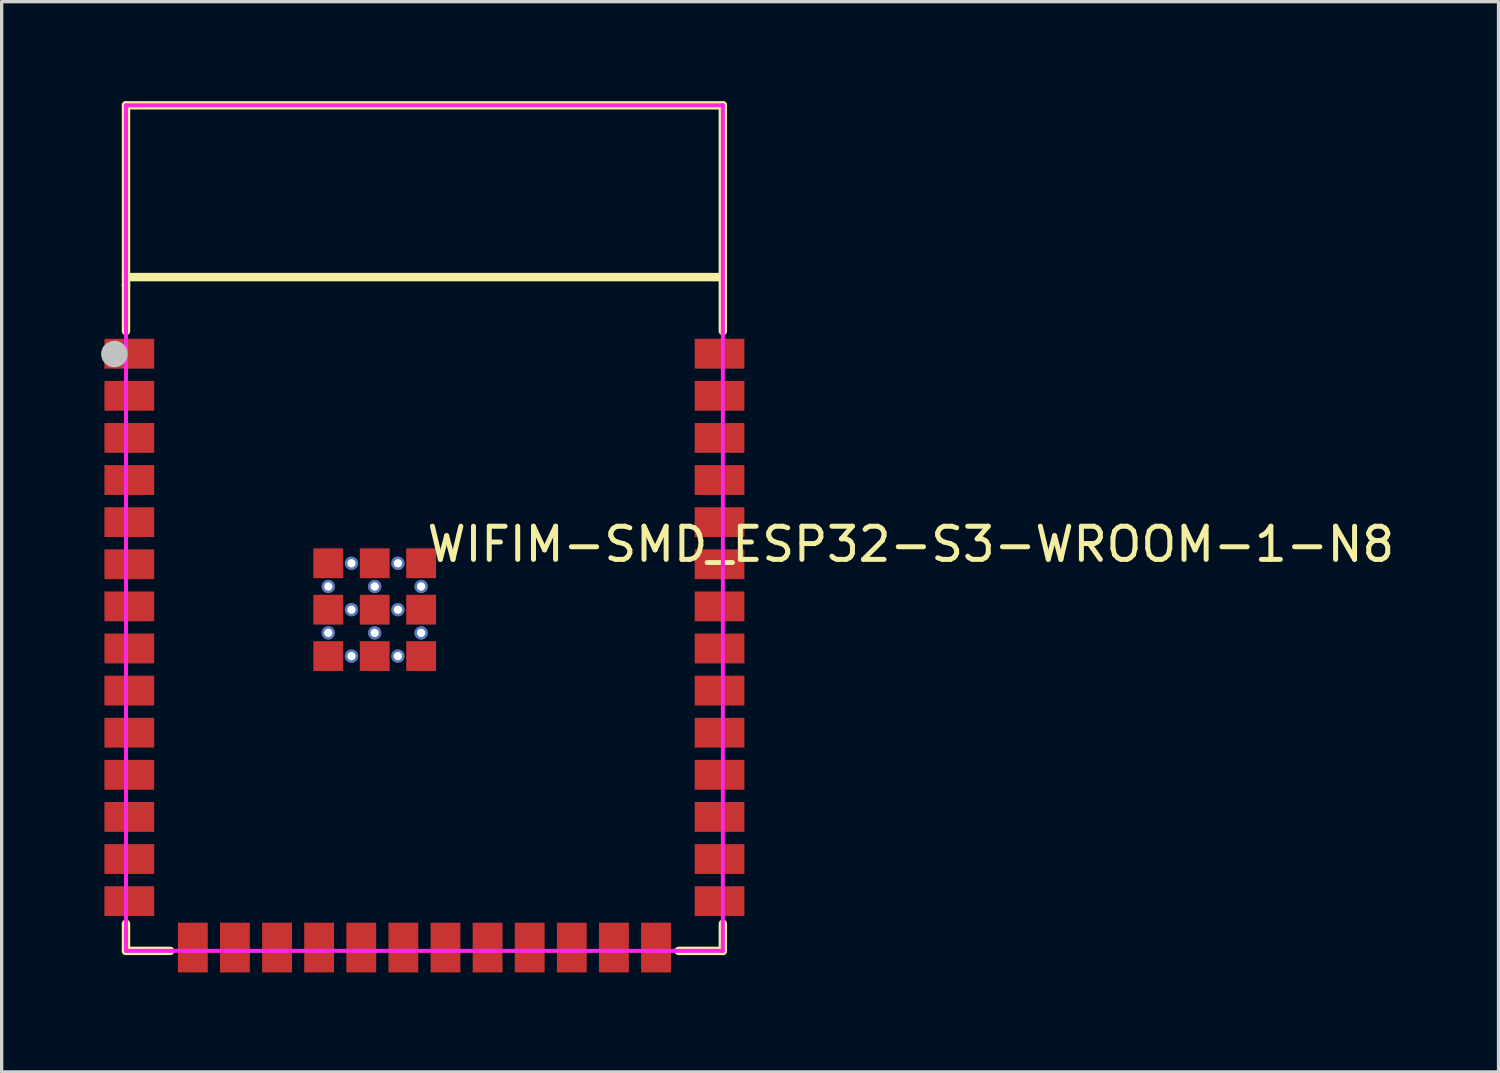
<source format=kicad_pcb>
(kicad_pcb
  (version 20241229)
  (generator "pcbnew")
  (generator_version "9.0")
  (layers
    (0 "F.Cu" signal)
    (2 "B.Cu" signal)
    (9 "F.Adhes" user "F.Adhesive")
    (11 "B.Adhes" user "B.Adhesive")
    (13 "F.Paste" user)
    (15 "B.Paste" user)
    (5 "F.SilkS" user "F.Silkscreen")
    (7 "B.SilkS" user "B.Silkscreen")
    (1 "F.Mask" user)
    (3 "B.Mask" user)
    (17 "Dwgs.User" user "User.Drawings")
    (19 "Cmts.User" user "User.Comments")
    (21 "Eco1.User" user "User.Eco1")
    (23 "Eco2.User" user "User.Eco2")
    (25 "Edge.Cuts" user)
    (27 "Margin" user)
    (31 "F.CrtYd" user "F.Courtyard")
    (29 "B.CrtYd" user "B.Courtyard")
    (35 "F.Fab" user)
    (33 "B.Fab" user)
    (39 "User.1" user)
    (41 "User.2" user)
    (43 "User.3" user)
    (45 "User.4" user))
  (footprint "WIFIM-SMD_ESP32-S3-WROOM-1-N8"
    (layer "F.Cu")
    (at 9.75 16.572)
    (property "Reference" "WIFIM-SMD_ESP32-S3-WROOM-1-N8" (at 0 -3.207 0) (layer "F.SilkS") (effects (font (size 1 1) (thickness 0.15)) (justify left)))
    (attr through_hole)
    (fp_line (start -9 -16.445) (end 9 -16.445) (stroke (width 0.254) (type solid)) (layer "F.SilkS"))
    (fp_line (start -9 -11.265) (end 9 -11.265) (stroke (width 0.254) (type solid)) (layer "F.SilkS"))
    (fp_line (start -9 -10.995) (end -9 -16.445) (stroke (width 0.254) (type solid)) (layer "F.SilkS"))
    (fp_line (start -9 -9.636) (end -9 -11.045) (stroke (width 0.254) (type solid)) (layer "F.SilkS"))
    (fp_line (start -9 9.055) (end -9 8.237) (stroke (width 0.254) (type solid)) (layer "F.SilkS"))
    (fp_line (start -7.666 9.055) (end -9 9.055) (stroke (width 0.254) (type solid)) (layer "F.SilkS"))
    (fp_line (start 9 -16.445) (end 9 -9.636) (stroke (width 0.254) (type solid)) (layer "F.SilkS"))
    (fp_line (start 9 8.237) (end 9 9.055) (stroke (width 0.254) (type solid)) (layer "F.SilkS"))
    (fp_line (start 9 9.055) (end 7.666 9.055) (stroke (width 0.254) (type solid)) (layer "F.SilkS"))
    (fp_circle (center -9.35 -8.945) (end -9.15 -8.945) (stroke (width 0.4) (type solid)) (fill no) (layer "Dwgs.User"))
    (fp_circle (center -9 -16.445) (end -8.97 -16.445) (stroke (width 0.06) (type solid)) (fill no) (layer "Eco2.User"))
    (fp_poly (pts (xy -9 -8.505) (xy -9 -9.405) (xy -8.15 -9.405) (xy -8.15 -8.505)) (stroke (width 0.12) (type solid)) (fill no) (layer "Eco2.User"))
    (fp_poly (pts (xy -9 -7.235) (xy -9 -8.135) (xy -8.15 -8.135) (xy -8.15 -7.235)) (stroke (width 0.12) (type solid)) (fill no) (layer "Eco2.User"))
    (fp_poly (pts (xy -9 -5.965) (xy -9 -6.865) (xy -8.15 -6.865) (xy -8.15 -5.965)) (stroke (width 0.12) (type solid)) (fill no) (layer "Eco2.User"))
    (fp_poly (pts (xy -9 -4.695) (xy -9 -5.595) (xy -8.15 -5.595) (xy -8.15 -4.695)) (stroke (width 0.12) (type solid)) (fill no) (layer "Eco2.User"))
    (fp_poly (pts (xy -9 -3.425) (xy -9 -4.325) (xy -8.15 -4.325) (xy -8.15 -3.425)) (stroke (width 0.12) (type solid)) (fill no) (layer "Eco2.User"))
    (fp_poly (pts (xy -9 -2.155) (xy -9 -3.055) (xy -8.15 -3.055) (xy -8.15 -2.155)) (stroke (width 0.12) (type solid)) (fill no) (layer "Eco2.User"))
    (fp_poly (pts (xy -9 -0.885) (xy -9 -1.785) (xy -8.15 -1.785) (xy -8.15 -0.885)) (stroke (width 0.12) (type solid)) (fill no) (layer "Eco2.User"))
    (fp_poly (pts (xy -9 0.385) (xy -9 -0.515) (xy -8.15 -0.515) (xy -8.15 0.385)) (stroke (width 0.12) (type solid)) (fill no) (layer "Eco2.User"))
    (fp_poly (pts (xy -9 1.655) (xy -9 0.755) (xy -8.15 0.755) (xy -8.15 1.655)) (stroke (width 0.12) (type solid)) (fill no) (layer "Eco2.User"))
    (fp_poly (pts (xy -9 2.925) (xy -9 2.025) (xy -8.15 2.025) (xy -8.15 2.925)) (stroke (width 0.12) (type solid)) (fill no) (layer "Eco2.User"))
    (fp_poly (pts (xy -9 4.195) (xy -9 3.295) (xy -8.15 3.295) (xy -8.15 4.195)) (stroke (width 0.12) (type solid)) (fill no) (layer "Eco2.User"))
    (fp_poly (pts (xy -9 5.465) (xy -9 4.565) (xy -8.15 4.565) (xy -8.15 5.465)) (stroke (width 0.12) (type solid)) (fill no) (layer "Eco2.User"))
    (fp_poly (pts (xy -9 6.735) (xy -9 5.835) (xy -8.15 5.835) (xy -8.15 6.735)) (stroke (width 0.12) (type solid)) (fill no) (layer "Eco2.User"))
    (fp_poly (pts (xy -9 8.005) (xy -9 7.105) (xy -8.15 7.105) (xy -8.15 8.005)) (stroke (width 0.12) (type solid)) (fill no) (layer "Eco2.User"))
    (fp_poly (pts (xy -7.435 9.055) (xy -7.435 8.205) (xy -6.535 8.205) (xy -6.535 9.055)) (stroke (width 0.12) (type solid)) (fill no) (layer "Eco2.User"))
    (fp_poly (pts (xy -6.165 9.055) (xy -6.165 8.205) (xy -5.265 8.205) (xy -5.265 9.055)) (stroke (width 0.12) (type solid)) (fill no) (layer "Eco2.User"))
    (fp_poly (pts (xy -4.895 9.055) (xy -4.895 8.205) (xy -3.995 8.205) (xy -3.995 9.055)) (stroke (width 0.12) (type solid)) (fill no) (layer "Eco2.User"))
    (fp_poly (pts (xy -3.625 9.055) (xy -3.625 8.205) (xy -2.725 8.205) (xy -2.725 9.055)) (stroke (width 0.12) (type solid)) (fill no) (layer "Eco2.User"))
    (fp_poly (pts (xy -3.349 -2.185) (xy -3.349 -3.085) (xy -2.449 -3.085) (xy -2.449 -2.185)) (stroke (width 0.12) (type solid)) (fill no) (layer "Eco2.User"))
    (fp_poly (pts (xy -3.349 -0.785) (xy -3.349 -1.685) (xy -2.449 -1.685) (xy -2.449 -0.785)) (stroke (width 0.12) (type solid)) (fill no) (layer "Eco2.User"))
    (fp_poly (pts (xy -3.349 0.615) (xy -3.349 -0.285) (xy -2.449 -0.285) (xy -2.449 0.615)) (stroke (width 0.12) (type solid)) (fill no) (layer "Eco2.User"))
    (fp_poly (pts (xy -2.355 9.055) (xy -2.355 8.205) (xy -1.455 8.205) (xy -1.455 9.055)) (stroke (width 0.12) (type solid)) (fill no) (layer "Eco2.User"))
    (fp_poly (pts (xy -1.949 -2.185) (xy -1.949 -3.085) (xy -1.049 -3.085) (xy -1.049 -2.185)) (stroke (width 0.12) (type solid)) (fill no) (layer "Eco2.User"))
    (fp_poly (pts (xy -1.949 -0.785) (xy -1.949 -1.685) (xy -1.049 -1.685) (xy -1.049 -0.785)) (stroke (width 0.12) (type solid)) (fill no) (layer "Eco2.User"))
    (fp_poly (pts (xy -1.949 0.615) (xy -1.949 -0.285) (xy -1.049 -0.285) (xy -1.049 0.615)) (stroke (width 0.12) (type solid)) (fill no) (layer "Eco2.User"))
    (fp_poly (pts (xy -1.085 9.055) (xy -1.085 8.205) (xy -0.185 8.205) (xy -0.185 9.055)) (stroke (width 0.12) (type solid)) (fill no) (layer "Eco2.User"))
    (fp_poly (pts (xy -0.55 -2.185) (xy -0.55 -3.085) (xy 0.351 -3.085) (xy 0.351 -2.185)) (stroke (width 0.12) (type solid)) (fill no) (layer "Eco2.User"))
    (fp_poly (pts (xy -0.55 -0.785) (xy -0.55 -1.685) (xy 0.351 -1.685) (xy 0.351 -0.785)) (stroke (width 0.12) (type solid)) (fill no) (layer "Eco2.User"))
    (fp_poly (pts (xy -0.55 0.615) (xy -0.55 -0.285) (xy 0.351 -0.285) (xy 0.351 0.615)) (stroke (width 0.12) (type solid)) (fill no) (layer "Eco2.User"))
    (fp_poly (pts (xy 0.185 9.055) (xy 0.185 8.205) (xy 1.085 8.205) (xy 1.085 9.055)) (stroke (width 0.12) (type solid)) (fill no) (layer "Eco2.User"))
    (fp_poly (pts (xy 1.455 9.055) (xy 1.455 8.205) (xy 2.355 8.205) (xy 2.355 9.055)) (stroke (width 0.12) (type solid)) (fill no) (layer "Eco2.User"))
    (fp_poly (pts (xy 2.725 9.055) (xy 2.725 8.205) (xy 3.625 8.205) (xy 3.625 9.055)) (stroke (width 0.12) (type solid)) (fill no) (layer "Eco2.User"))
    (fp_poly (pts (xy 3.995 9.055) (xy 3.995 8.205) (xy 4.895 8.205) (xy 4.895 9.055)) (stroke (width 0.12) (type solid)) (fill no) (layer "Eco2.User"))
    (fp_poly (pts (xy 5.265 9.055) (xy 5.265 8.205) (xy 6.165 8.205) (xy 6.165 9.055)) (stroke (width 0.12) (type solid)) (fill no) (layer "Eco2.User"))
    (fp_poly (pts (xy 6.535 9.055) (xy 6.535 8.205) (xy 7.435 8.205) (xy 7.435 9.055)) (stroke (width 0.12) (type solid)) (fill no) (layer "Eco2.User"))
    (fp_poly (pts (xy 8.15 -8.504) (xy 8.15 -9.404) (xy 9 -9.404) (xy 9 -8.504)) (stroke (width 0.12) (type solid)) (fill no) (layer "Eco2.User"))
    (fp_poly (pts (xy 8.15 -7.234) (xy 8.15 -8.134) (xy 9 -8.134) (xy 9 -7.234)) (stroke (width 0.12) (type solid)) (fill no) (layer "Eco2.User"))
    (fp_poly (pts (xy 8.15 -5.964) (xy 8.15 -6.864) (xy 9 -6.864) (xy 9 -5.964)) (stroke (width 0.12) (type solid)) (fill no) (layer "Eco2.User"))
    (fp_poly (pts (xy 8.15 -4.694) (xy 8.15 -5.594) (xy 9 -5.594) (xy 9 -4.694)) (stroke (width 0.12) (type solid)) (fill no) (layer "Eco2.User"))
    (fp_poly (pts (xy 8.15 -3.424) (xy 8.15 -4.324) (xy 9 -4.324) (xy 9 -3.424)) (stroke (width 0.12) (type solid)) (fill no) (layer "Eco2.User"))
    (fp_poly (pts (xy 8.15 -2.154) (xy 8.15 -3.054) (xy 9 -3.054) (xy 9 -2.154)) (stroke (width 0.12) (type solid)) (fill no) (layer "Eco2.User"))
    (fp_poly (pts (xy 8.15 -0.884) (xy 8.15 -1.784) (xy 9 -1.784) (xy 9 -0.884)) (stroke (width 0.12) (type solid)) (fill no) (layer "Eco2.User"))
    (fp_poly (pts (xy 8.15 0.386) (xy 8.15 -0.514) (xy 9 -0.514) (xy 9 0.386)) (stroke (width 0.12) (type solid)) (fill no) (layer "Eco2.User"))
    (fp_poly (pts (xy 8.15 1.656) (xy 8.15 0.756) (xy 9 0.756) (xy 9 1.656)) (stroke (width 0.12) (type solid)) (fill no) (layer "Eco2.User"))
    (fp_poly (pts (xy 8.15 2.926) (xy 8.15 2.026) (xy 9 2.026) (xy 9 2.926)) (stroke (width 0.12) (type solid)) (fill no) (layer "Eco2.User"))
    (fp_poly (pts (xy 8.15 4.196) (xy 8.15 3.296) (xy 9 3.296) (xy 9 4.196)) (stroke (width 0.12) (type solid)) (fill no) (layer "Eco2.User"))
    (fp_poly (pts (xy 8.15 5.466) (xy 8.15 4.566) (xy 9 4.566) (xy 9 5.466)) (stroke (width 0.12) (type solid)) (fill no) (layer "Eco2.User"))
    (fp_poly (pts (xy 8.15 6.736) (xy 8.15 5.836) (xy 9 5.836) (xy 9 6.736)) (stroke (width 0.12) (type solid)) (fill no) (layer "Eco2.User"))
    (fp_poly (pts (xy 8.15 8.006) (xy 8.15 7.106) (xy 9 7.106) (xy 9 8.006)) (stroke (width 0.12) (type solid)) (fill no) (layer "Eco2.User"))
    (fp_line (start -9 -16.445) (end 9 -16.445) (stroke (width 0.12) (type solid)) (layer "F.CrtYd"))
    (fp_line (start -9 9.055) (end -9 -16.445) (stroke (width 0.12) (type solid)) (layer "F.CrtYd"))
    (fp_line (start 9 -16.445) (end 9 9.055) (stroke (width 0.12) (type solid)) (layer "F.CrtYd"))
    (fp_line (start 9 9.055) (end -9 9.055) (stroke (width 0.12) (type solid)) (layer "F.CrtYd"))
    (pad "" thru_hole circle (at -2.9 -1.935) (size 0.4 0.4) (drill 0.25) (layers "*.Cu" "*.Mask"))
    (pad "" thru_hole circle (at -2.9 -0.535) (size 0.4 0.4) (drill 0.25) (layers "*.Cu" "*.Mask"))
    (pad "" thru_hole circle (at -2.2 -2.635) (size 0.4 0.4) (drill 0.25) (layers "*.Cu" "*.Mask"))
    (pad "" thru_hole circle (at -2.2 -1.235) (size 0.4 0.4) (drill 0.25) (layers "*.Cu" "*.Mask"))
    (pad "" thru_hole circle (at -2.2 0.165) (size 0.4 0.4) (drill 0.25) (layers "*.Cu" "*.Mask"))
    (pad "" thru_hole circle (at -1.5 -1.935) (size 0.4 0.4) (drill 0.25) (layers "*.Cu" "*.Mask"))
    (pad "" thru_hole circle (at -1.5 -0.535) (size 0.4 0.4) (drill 0.25) (layers "*.Cu" "*.Mask"))
    (pad "" thru_hole circle (at -0.8 -2.635) (size 0.4 0.4) (drill 0.25) (layers "*.Cu" "*.Mask"))
    (pad "" thru_hole circle (at -0.8 -1.235) (size 0.4 0.4) (drill 0.25) (layers "*.Cu" "*.Mask"))
    (pad "" thru_hole circle (at -0.8 0.165) (size 0.4 0.4) (drill 0.25) (layers "*.Cu" "*.Mask"))
    (pad "" thru_hole circle (at -0.1 -1.935) (size 0.4 0.4) (drill 0.25) (layers "*.Cu" "*.Mask"))
    (pad "" thru_hole circle (at -0.1 -0.535) (size 0.4 0.4) (drill 0.25) (layers "*.Cu" "*.Mask"))
    (pad "1" smd rect (at -8.9 -8.955) (size 1.5 0.9) (layers "F.Cu" "F.Mask" "F.Paste"))
    (pad "2" smd rect (at -8.9 -7.685) (size 1.5 0.9) (layers "F.Cu" "F.Mask" "F.Paste"))
    (pad "3" smd rect (at -8.9 -6.415) (size 1.5 0.9) (layers "F.Cu" "F.Mask" "F.Paste"))
    (pad "4" smd rect (at -8.9 -5.145) (size 1.5 0.9) (layers "F.Cu" "F.Mask" "F.Paste"))
    (pad "5" smd rect (at -8.9 -3.875) (size 1.5 0.9) (layers "F.Cu" "F.Mask" "F.Paste"))
    (pad "6" smd rect (at -8.9 -2.605) (size 1.5 0.9) (layers "F.Cu" "F.Mask" "F.Paste"))
    (pad "7" smd rect (at -8.9 -1.335) (size 1.5 0.9) (layers "F.Cu" "F.Mask" "F.Paste"))
    (pad "8" smd rect (at -8.9 -0.065) (size 1.5 0.9) (layers "F.Cu" "F.Mask" "F.Paste"))
    (pad "9" smd rect (at -8.9 1.205) (size 1.5 0.9) (layers "F.Cu" "F.Mask" "F.Paste"))
    (pad "10" smd rect (at -8.9 2.475) (size 1.5 0.9) (layers "F.Cu" "F.Mask" "F.Paste"))
    (pad "11" smd rect (at -8.9 3.745) (size 1.5 0.9) (layers "F.Cu" "F.Mask" "F.Paste"))
    (pad "12" smd rect (at -8.9 5.015) (size 1.5 0.9) (layers "F.Cu" "F.Mask" "F.Paste"))
    (pad "13" smd rect (at -8.9 6.285) (size 1.5 0.9) (layers "F.Cu" "F.Mask" "F.Paste"))
    (pad "14" smd rect (at -8.9 7.555) (size 1.5 0.9) (layers "F.Cu" "F.Mask" "F.Paste"))
    (pad "15" smd rect (at -6.985 8.955) (size 0.9 1.5) (layers "F.Cu" "F.Mask" "F.Paste"))
    (pad "16" smd rect (at -5.715 8.955) (size 0.9 1.5) (layers "F.Cu" "F.Mask" "F.Paste"))
    (pad "17" smd rect (at -4.445 8.955) (size 0.9 1.5) (layers "F.Cu" "F.Mask" "F.Paste"))
    (pad "18" smd rect (at -3.175 8.955) (size 0.9 1.5) (layers "F.Cu" "F.Mask" "F.Paste"))
    (pad "19" smd rect (at -1.905 8.955) (size 0.9 1.5) (layers "F.Cu" "F.Mask" "F.Paste"))
    (pad "20" smd rect (at -0.635 8.955) (size 0.9 1.5) (layers "F.Cu" "F.Mask" "F.Paste"))
    (pad "21" smd rect (at 0.635 8.955) (size 0.9 1.5) (layers "F.Cu" "F.Mask" "F.Paste"))
    (pad "22" smd rect (at 1.905 8.955) (size 0.9 1.5) (layers "F.Cu" "F.Mask" "F.Paste"))
    (pad "23" smd rect (at 3.175 8.955) (size 0.9 1.5) (layers "F.Cu" "F.Mask" "F.Paste"))
    (pad "24" smd rect (at 4.445 8.955) (size 0.9 1.5) (layers "F.Cu" "F.Mask" "F.Paste"))
    (pad "25" smd rect (at 5.715 8.955) (size 0.9 1.5) (layers "F.Cu" "F.Mask" "F.Paste"))
    (pad "26" smd rect (at 6.985 8.955) (size 0.9 1.5) (layers "F.Cu" "F.Mask" "F.Paste"))
    (pad "27" smd rect (at 8.9 7.555) (size 1.5 0.9) (layers "F.Cu" "F.Mask" "F.Paste"))
    (pad "28" smd rect (at 8.9 6.285) (size 1.5 0.9) (layers "F.Cu" "F.Mask" "F.Paste"))
    (pad "29" smd rect (at 8.9 5.015) (size 1.5 0.9) (layers "F.Cu" "F.Mask" "F.Paste"))
    (pad "30" smd rect (at 8.9 3.745) (size 1.5 0.9) (layers "F.Cu" "F.Mask" "F.Paste"))
    (pad "31" smd rect (at 8.9 2.475) (size 1.5 0.9) (layers "F.Cu" "F.Mask" "F.Paste"))
    (pad "32" smd rect (at 8.9 1.205) (size 1.5 0.9) (layers "F.Cu" "F.Mask" "F.Paste"))
    (pad "33" smd rect (at 8.9 -0.065) (size 1.5 0.9) (layers "F.Cu" "F.Mask" "F.Paste"))
    (pad "34" smd rect (at 8.9 -1.335) (size 1.5 0.9) (layers "F.Cu" "F.Mask" "F.Paste"))
    (pad "35" smd rect (at 8.9 -2.605) (size 1.5 0.9) (layers "F.Cu" "F.Mask" "F.Paste"))
    (pad "36" smd rect (at 8.9 -3.875) (size 1.5 0.9) (layers "F.Cu" "F.Mask" "F.Paste"))
    (pad "37" smd rect (at 8.9 -5.145) (size 1.5 0.9) (layers "F.Cu" "F.Mask" "F.Paste"))
    (pad "38" smd rect (at 8.9 -6.415) (size 1.5 0.9) (layers "F.Cu" "F.Mask" "F.Paste"))
    (pad "39" smd rect (at 8.9 -7.685) (size 1.5 0.9) (layers "F.Cu" "F.Mask" "F.Paste"))
    (pad "40" smd rect (at 8.9 -8.955) (size 1.5 0.9) (layers "F.Cu" "F.Mask" "F.Paste"))
    (pad "41" smd rect (at -2.9 -2.635 90) (size 0.9 0.9) (layers "F.Cu" "F.Mask" "F.Paste"))
    (pad "41" smd rect (at -2.9 -1.235 90) (size 0.9 0.9) (layers "F.Cu" "F.Mask" "F.Paste"))
    (pad "41" smd rect (at -2.9 0.165 90) (size 0.9 0.9) (layers "F.Cu" "F.Mask" "F.Paste"))
    (pad "41" smd rect (at -1.499 -2.635 90) (size 0.9 0.9) (layers "F.Cu" "F.Mask" "F.Paste"))
    (pad "41" smd rect (at -1.499 -1.235 90) (size 0.9 0.9) (layers "F.Cu" "F.Mask" "F.Paste"))
    (pad "41" smd rect (at -1.499 0.165 90) (size 0.9 0.9) (layers "F.Cu" "F.Mask" "F.Paste"))
    (pad "41" smd rect (at -0.099 -2.635 90) (size 0.9 0.9) (layers "F.Cu" "F.Mask" "F.Paste"))
    (pad "41" smd rect (at -0.099 -1.235 90) (size 0.9 0.9) (layers "F.Cu" "F.Mask" "F.Paste"))
    (pad "41" smd rect (at -0.099 0.165 90) (size 0.9 0.9) (layers "F.Cu" "F.Mask" "F.Paste")))
  (gr_rect
    (start -3 -3)
    (end 42.143 29.277)
    (stroke (width 0.1) (type default))
    (fill no)
    (layer "Edge.Cuts")))
</source>
